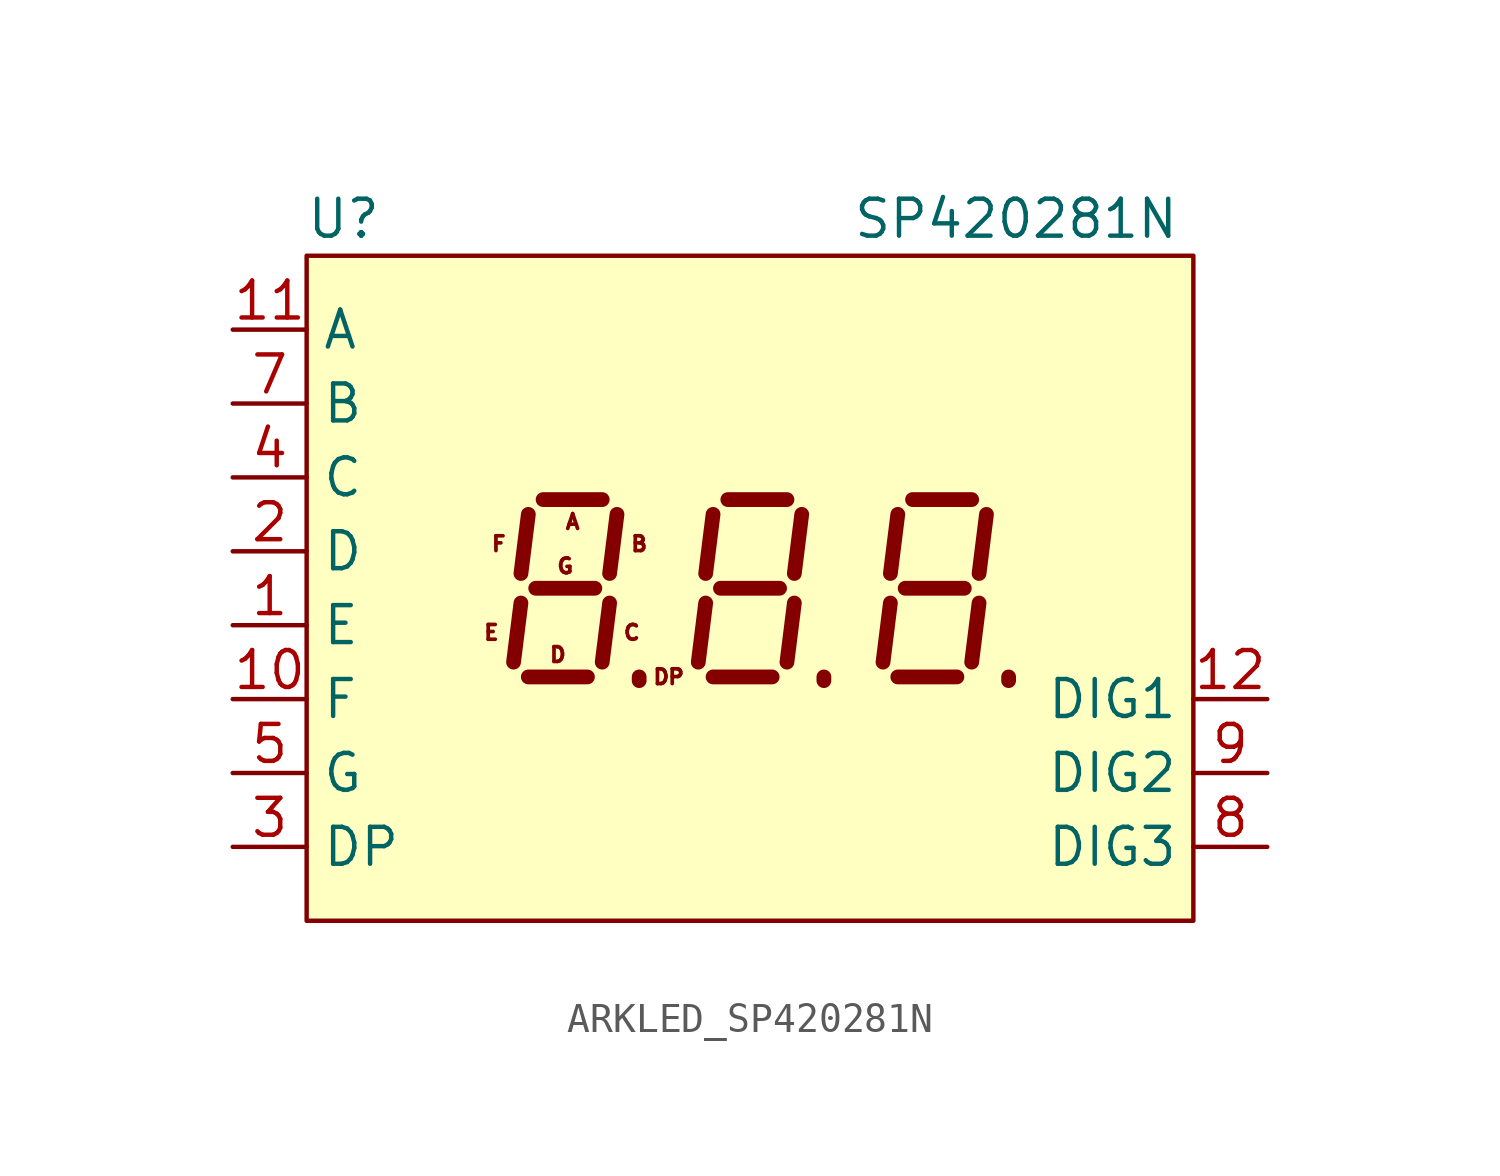
<source format=kicad_sym>
(kicad_symbol_lib
  (version 20231120)
  (generator "kicad_symbol_editor")
  (generator_version "8.0")
  (symbol "ARKLED_SP420281N"
    (property "Reference" "U"
      (at -13.97 12.7 0)
      (effects (font (size 1.27 1.27))))
    (property "Value" "SP420281N"
      (at 9.144 12.7 0)
      (effects (font (size 1.27 1.27))))
    (symbol "ARKLED_SP420281N_1_0"
      (text "A" (at -6.096 2.286 0) (effects (font (size 0.508 0.508))))
      (text "B" (at -3.81 1.524 0) (effects (font (size 0.508 0.508))))
      (text "C" (at -4.064 -1.524 0) (effects (font (size 0.508 0.508))))
      (text "D" (at -6.604 -2.286 0) (effects (font (size 0.508 0.508))))
      (text "DP" (at -2.794 -3.048 0) (effects (font (size 0.508 0.508))))
      (text "E" (at -8.89 -1.524 0) (effects (font (size 0.508 0.508))))
      (text "F" (at -8.636 1.524 0) (effects (font (size 0.508 0.508))))
      (text "G" (at -6.35 0.762 0) (effects (font (size 0.508 0.508)))))
    (symbol "ARKLED_SP420281N_1_1"
      (rectangle (start -15.24 11.43) (end 15.24 -11.43) (stroke (width 0) (type default)) (fill (type background)))
      (polyline (pts (xy -7.874 -0.508) (xy -8.128 -2.54)) (stroke (width 0.508) (type default)) (fill (type none)))
      (polyline (pts (xy -7.62 -3.048) (xy -5.588 -3.048)) (stroke (width 0.508) (type default)) (fill (type none)))
      (polyline (pts (xy -7.62 2.54) (xy -7.874 0.508)) (stroke (width 0.508) (type default)) (fill (type none)))
      (polyline (pts (xy -7.366 0) (xy -5.334 0)) (stroke (width 0.508) (type default)) (fill (type none)))
      (polyline (pts (xy -7.112 3.048) (xy -5.08 3.048)) (stroke (width 0.508) (type default)) (fill (type none)))
      (polyline (pts (xy -4.826 -0.508) (xy -5.08 -2.54)) (stroke (width 0.508) (type default)) (fill (type none)))
      (polyline (pts (xy -4.572 2.54) (xy -4.826 0.508)) (stroke (width 0.508) (type default)) (fill (type none)))
      (polyline (pts (xy -3.81 -3.175) (xy -3.81 -3.048)) (stroke (width 0.508) (type default)) (fill (type none)))
      (polyline (pts (xy -1.524 -0.508) (xy -1.778 -2.54)) (stroke (width 0.508) (type default)) (fill (type none)))
      (polyline (pts (xy -1.27 -3.048) (xy 0.762 -3.048)) (stroke (width 0.508) (type default)) (fill (type none)))
      (polyline (pts (xy -1.27 2.54) (xy -1.524 0.508)) (stroke (width 0.508) (type default)) (fill (type none)))
      (polyline (pts (xy -1.016 0) (xy 1.016 0)) (stroke (width 0.508) (type default)) (fill (type none)))
      (polyline (pts (xy -0.762 3.048) (xy 1.27 3.048)) (stroke (width 0.508) (type default)) (fill (type none)))
      (polyline (pts (xy 1.524 -0.508) (xy 1.27 -2.54)) (stroke (width 0.508) (type default)) (fill (type none)))
      (polyline (pts (xy 1.778 2.54) (xy 1.524 0.508)) (stroke (width 0.508) (type default)) (fill (type none)))
      (polyline (pts (xy 2.54 -3.175) (xy 2.54 -3.048)) (stroke (width 0.508) (type default)) (fill (type none)))
      (polyline (pts (xy 4.826 -0.508) (xy 4.572 -2.54)) (stroke (width 0.508) (type default)) (fill (type none)))
      (polyline (pts (xy 5.08 -3.048) (xy 7.112 -3.048)) (stroke (width 0.508) (type default)) (fill (type none)))
      (polyline (pts (xy 5.08 2.54) (xy 4.826 0.508)) (stroke (width 0.508) (type default)) (fill (type none)))
      (polyline (pts (xy 5.334 0) (xy 7.366 0)) (stroke (width 0.508) (type default)) (fill (type none)))
      (polyline (pts (xy 5.588 3.048) (xy 7.62 3.048)) (stroke (width 0.508) (type default)) (fill (type none)))
      (polyline (pts (xy 7.874 -0.508) (xy 7.62 -2.54)) (stroke (width 0.508) (type default)) (fill (type none)))
      (polyline (pts (xy 8.128 2.54) (xy 7.874 0.508)) (stroke (width 0.508) (type default)) (fill (type none)))
      (polyline (pts (xy 8.89 -3.175) (xy 8.89 -3.048)) (stroke (width 0.508) (type default)) (fill (type none)))
      (pin input line (at -17.78 -1.27 0) (length 2.54) (name "E" (effects (font (size 1.27 1.27)))) (number "1" (effects (font (size 1.27 1.27)))))
      (pin input line (at -17.78 -3.81 0) (length 2.54) (name "F" (effects (font (size 1.27 1.27)))) (number "10" (effects (font (size 1.27 1.27)))))
      (pin input line (at -17.78 8.89 0) (length 2.54) (name "A" (effects (font (size 1.27 1.27)))) (number "11" (effects (font (size 1.27 1.27)))))
      (pin input line (at 17.78 -3.81 180) (length 2.54) (name "DIG1" (effects (font (size 1.27 1.27)))) (number "12" (effects (font (size 1.27 1.27)))))
      (pin input line (at -17.78 1.27 0) (length 2.54) (name "D" (effects (font (size 1.27 1.27)))) (number "2" (effects (font (size 1.27 1.27)))))
      (pin input line (at -17.78 -8.89 0) (length 2.54) (name "DP" (effects (font (size 1.27 1.27)))) (number "3" (effects (font (size 1.27 1.27)))))
      (pin input line (at -17.78 3.81 0) (length 2.54) (name "C" (effects (font (size 1.27 1.27)))) (number "4" (effects (font (size 1.27 1.27)))))
      (pin input line (at -17.78 -6.35 0) (length 2.54) (name "G" (effects (font (size 1.27 1.27)))) (number "5" (effects (font (size 1.27 1.27)))))
      (pin input line (at -17.78 6.35 0) (length 2.54) (name "B" (effects (font (size 1.27 1.27)))) (number "7" (effects (font (size 1.27 1.27)))))
      (pin input line (at 17.78 -8.89 180) (length 2.54) (name "DIG3" (effects (font (size 1.27 1.27)))) (number "8" (effects (font (size 1.27 1.27)))))
      (pin input line (at 17.78 -6.35 180) (length 2.54) (name "DIG2" (effects (font (size 1.27 1.27)))) (number "9" (effects (font (size 1.27 1.27))))))))
</source>
